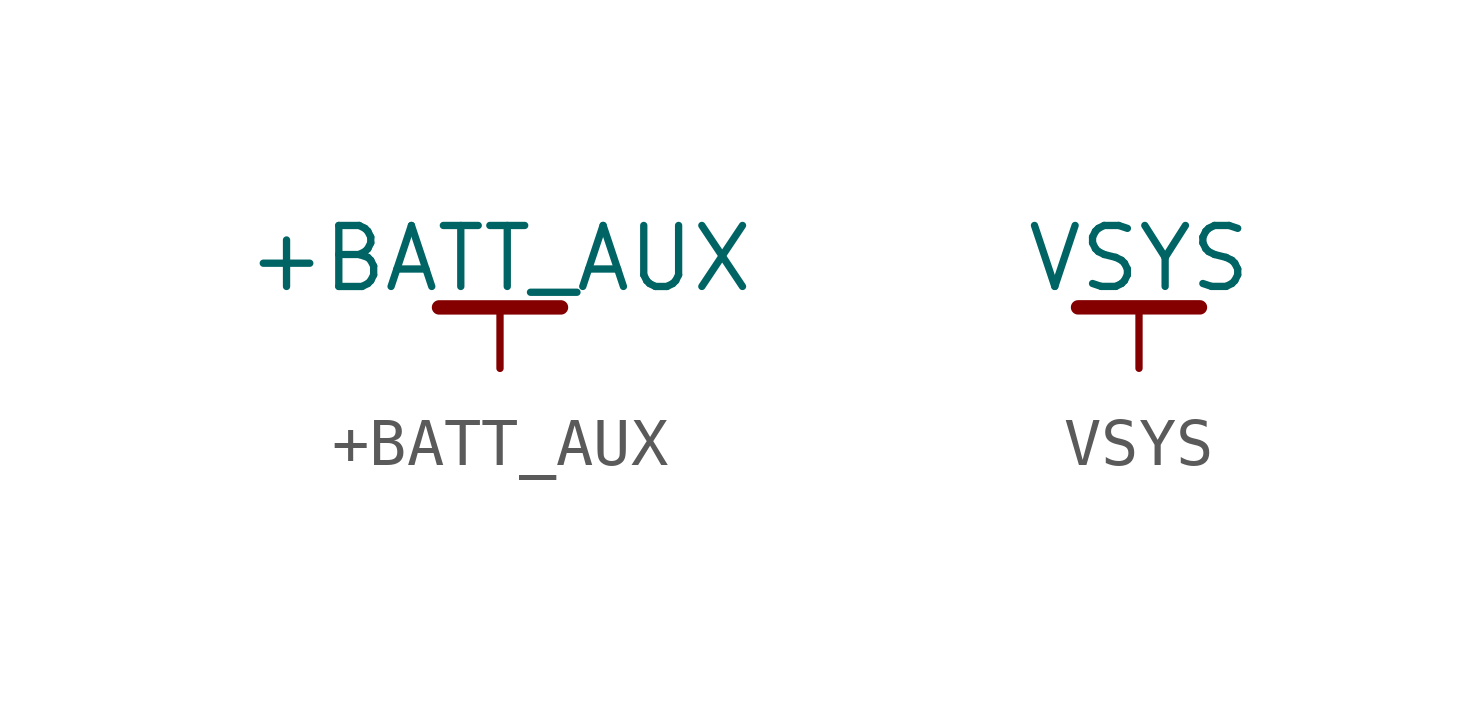
<source format=kicad_sym>
(kicad_symbol_lib
  (version 20220914)
  (generator kicad_symbol_editor)
  (symbol "+BATT_AUX"
    (power)
    (pin_names
      (offset 0))
    (property "Reference" "#PWR"
      (at 0 -5.08 0)
      (effects (font (size 1.27 1.27)) hide))
    (property "Value" "+BATT_AUX"
      (at 0 2.286 0)
      (effects (font (size 1.27 1.27))))
    (symbol "+BATT_AUX_0_1"
      (polyline (pts (xy 0 1.27) (xy 0 0)) (stroke (width 0) (type default)) (fill (type none))))
    (symbol "+BATT_AUX_1_1"
      (polyline (pts (xy 1.27 1.27) (xy -1.27 1.27)) (stroke (width 0.3) (type default)) (fill (type none)))
      (pin power_in line (at 0 0 90) (length 0) hide (name "+BATT_AUX" (effects (font (size 1.27 1.27)))) (number "1" (effects (font (size 1.27 1.27)))))))
  (symbol "VSYS"
    (power)
    (pin_names
      (offset 0))
    (property "Reference" "#PWR"
      (at 0 -5.08 0)
      (effects (font (size 1.27 1.27)) hide))
    (property "Value" "VSYS"
      (at 0 2.286 0)
      (effects (font (size 1.27 1.27))))
    (symbol "VSYS_0_1"
      (polyline (pts (xy 0 1.27) (xy 0 0)) (stroke (width 0) (type default)) (fill (type none))))
    (symbol "VSYS_1_1"
      (polyline (pts (xy 1.27 1.27) (xy -1.27 1.27)) (stroke (width 0.3) (type default)) (fill (type none)))
      (pin power_in line (at 0 0 90) (length 0) hide (name "VSYS" (effects (font (size 1.27 1.27)))) (number "1" (effects (font (size 1.27 1.27))))))))
</source>
